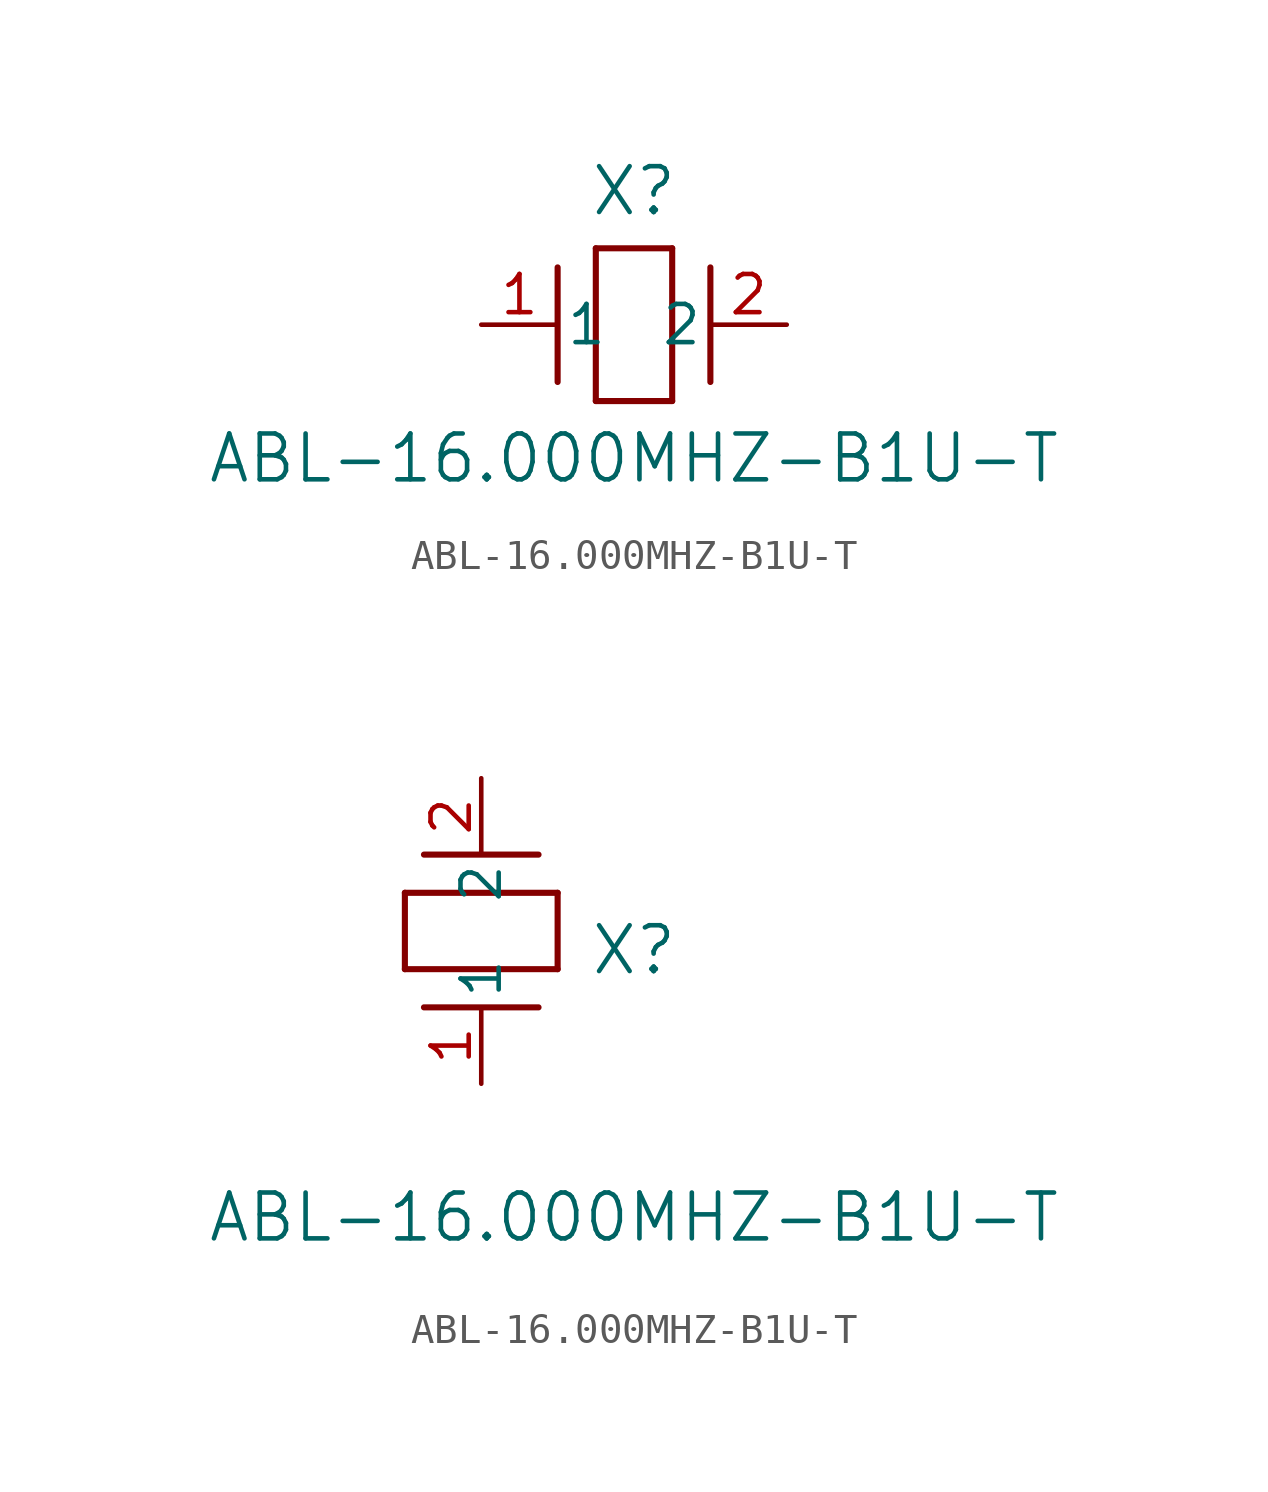
<source format=kicad_sym>
(kicad_symbol_lib
  (version 20211014)
  (generator kicad_symbol_editor)
  (symbol "ABL-16.000MHZ-B1U-T"
    (pin_names
      (offset 0.254))
    (property "Reference" "X"
      (at 5.08 4.445 0)
      (effects (font (size 1.524 1.524))))
    (property "Value" "ABL-16.000MHZ-B1U-T"
      (at 5.08 -4.445 0)
      (effects (font (size 1.524 1.524))))
    (symbol "ABL-16.000MHZ-B1U-T_1_1"
      (polyline (pts (xy 2.54 -1.905) (xy 2.54 1.905)) (stroke (width 0.203) (type default) (color 0 0 0 0)) (fill (type none)))
      (polyline (pts (xy 6.35 2.54) (xy 6.35 -2.54)) (stroke (width 0.203) (type default) (color 0 0 0 0)) (fill (type none)))
      (polyline (pts (xy 7.62 -1.905) (xy 7.62 1.905)) (stroke (width 0.203) (type default) (color 0 0 0 0)) (fill (type none)))
      (polyline (pts (xy 6.35 -2.54) (xy 3.81 -2.54)) (stroke (width 0.203) (type default) (color 0 0 0 0)) (fill (type none)))
      (polyline (pts (xy 3.81 2.54) (xy 6.35 2.54)) (stroke (width 0.203) (type default) (color 0 0 0 0)) (fill (type none)))
      (polyline (pts (xy 3.81 -2.54) (xy 3.81 2.54)) (stroke (width 0.203) (type default) (color 0 0 0 0)) (fill (type none)))
      (pin unspecified line (at 0 0 0) (length 2.54) (name "1" (effects (font (size 1.27 1.27)))) (number "1" (effects (font (size 1.27 1.27)))))
      (pin unspecified line (at 10.16 0 180) (length 2.54) (name "2" (effects (font (size 1.27 1.27)))) (number "2" (effects (font (size 1.27 1.27))))))
    (symbol "ABL-16.000MHZ-B1U-T_1_2"
      (polyline (pts (xy 1.905 7.62) (xy -1.905 7.62)) (stroke (width 0.203) (type default) (color 0 0 0 0)) (fill (type none)))
      (polyline (pts (xy -2.54 3.81) (xy -2.54 6.35)) (stroke (width 0.203) (type default) (color 0 0 0 0)) (fill (type none)))
      (polyline (pts (xy 1.905 2.54) (xy -1.905 2.54)) (stroke (width 0.203) (type default) (color 0 0 0 0)) (fill (type none)))
      (polyline (pts (xy 2.54 6.35) (xy 2.54 3.81)) (stroke (width 0.203) (type default) (color 0 0 0 0)) (fill (type none)))
      (polyline (pts (xy -2.54 6.35) (xy 2.54 6.35)) (stroke (width 0.203) (type default) (color 0 0 0 0)) (fill (type none)))
      (polyline (pts (xy 2.54 3.81) (xy -2.54 3.81)) (stroke (width 0.203) (type default) (color 0 0 0 0)) (fill (type none)))
      (pin unspecified line (at 0 0 90) (length 2.54) (name "1" (effects (font (size 1.27 1.27)))) (number "1" (effects (font (size 1.27 1.27)))))
      (pin unspecified line (at 0 10.16 270) (length 2.54) (name "2" (effects (font (size 1.27 1.27)))) (number "2" (effects (font (size 1.27 1.27))))))))
</source>
